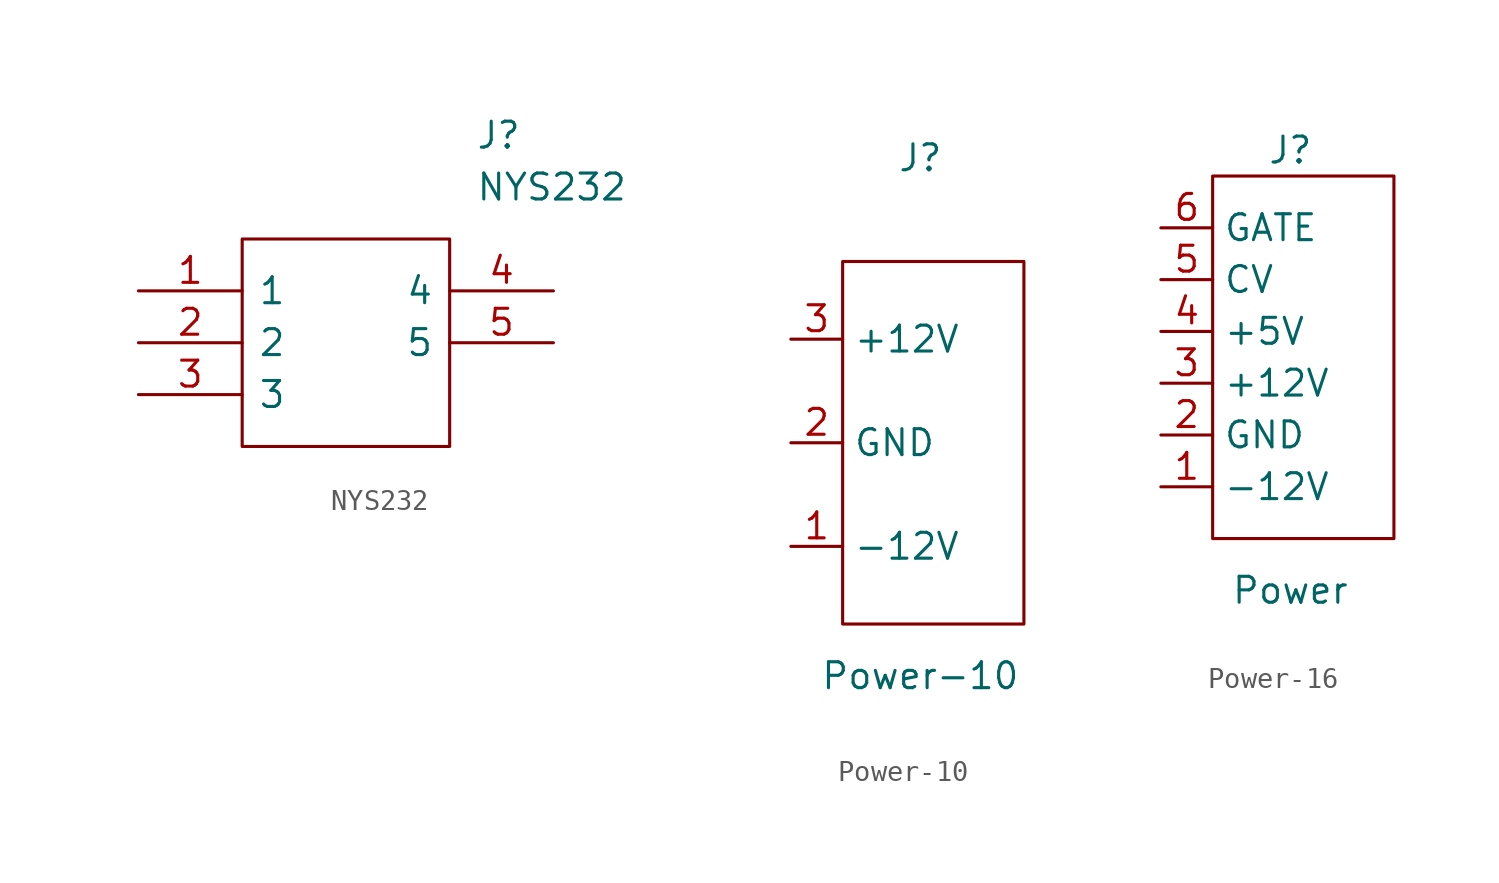
<source format=kicad_sym>
(kicad_symbol_lib
  (version 20220914)
  (generator kicad_symbol_editor)
  (symbol "NYS232"
    (pin_names
      (offset 0.762))
    (property "Reference" "J"
      (at 16.51 7.62 0)
      (effects (font (size 1.27 1.27)) (justify left)))
    (property "Value" "NYS232"
      (at 16.51 5.08 0)
      (effects (font (size 1.27 1.27)) (justify left)))
    (symbol "NYS232_0_0"
      (pin passive line (at 0 0 0) (length 5.08) (name "1" (effects (font (size 1.27 1.27)))) (number "1" (effects (font (size 1.27 1.27)))))
      (pin passive line (at 0 -2.54 0) (length 5.08) (name "2" (effects (font (size 1.27 1.27)))) (number "2" (effects (font (size 1.27 1.27)))))
      (pin passive line (at 0 -5.08 0) (length 5.08) (name "3" (effects (font (size 1.27 1.27)))) (number "3" (effects (font (size 1.27 1.27)))))
      (pin passive line (at 20.32 0 180) (length 5.08) (name "4" (effects (font (size 1.27 1.27)))) (number "4" (effects (font (size 1.27 1.27)))))
      (pin passive line (at 20.32 -2.54 180) (length 5.08) (name "5" (effects (font (size 1.27 1.27)))) (number "5" (effects (font (size 1.27 1.27))))))
    (symbol "NYS232_0_1"
      (polyline (pts (xy 5.08 2.54) (xy 15.24 2.54) (xy 15.24 -7.62) (xy 5.08 -7.62) (xy 5.08 2.54)) (stroke (width 0.152) (type default)) (fill (type none)))))
  (symbol "Power-10"
    (property "Reference" "J"
      (at 0 13.97 0)
      (effects (font (size 1.27 1.27))))
    (property "Value" "Power-10"
      (at 0 -11.43 0)
      (effects (font (size 1.27 1.27))))
    (symbol "Power-10_0_1"
      (rectangle (start -3.81 8.89) (end 5.08 -8.89) (stroke (width 0) (type default)) (fill (type none))))
    (symbol "Power-10_1_1"
      (pin power_out line (at -6.35 -5.08 0) (length 2.54) (name "-12V" (effects (font (size 1.27 1.27)))) (number "1" (effects (font (size 1.27 1.27)))))
      (pin power_out line (at -6.35 0 0) (length 2.54) (name "GND" (effects (font (size 1.27 1.27)))) (number "2" (effects (font (size 1.27 1.27)))))
      (pin power_out line (at -6.35 5.08 0) (length 2.54) (name "+12V" (effects (font (size 1.27 1.27)))) (number "3" (effects (font (size 1.27 1.27)))))))
  (symbol "Power-16"
    (property "Reference" "J"
      (at 0 10.16 0)
      (effects (font (size 1.27 1.27))))
    (property "Value" "Power"
      (at 0 -11.43 0)
      (effects (font (size 1.27 1.27))))
    (symbol "Power-16_0_1"
      (rectangle (start -3.81 8.89) (end 5.08 -8.89) (stroke (width 0) (type default)) (fill (type none))))
    (symbol "Power-16_1_1"
      (pin power_out line (at -6.35 -6.35 0) (length 2.54) (name "-12V" (effects (font (size 1.27 1.27)))) (number "1" (effects (font (size 1.27 1.27)))))
      (pin power_out line (at -6.35 -3.81 0) (length 2.54) (name "GND" (effects (font (size 1.27 1.27)))) (number "2" (effects (font (size 1.27 1.27)))))
      (pin power_out line (at -6.35 -1.27 0) (length 2.54) (name "+12V" (effects (font (size 1.27 1.27)))) (number "3" (effects (font (size 1.27 1.27)))))
      (pin power_out line (at -6.35 1.27 0) (length 2.54) (name "+5V" (effects (font (size 1.27 1.27)))) (number "4" (effects (font (size 1.27 1.27)))))
      (pin bidirectional line (at -6.35 3.81 0) (length 2.54) (name "CV" (effects (font (size 1.27 1.27)))) (number "5" (effects (font (size 1.27 1.27)))))
      (pin bidirectional line (at -6.35 6.35 0) (length 2.54) (name "GATE" (effects (font (size 1.27 1.27)))) (number "6" (effects (font (size 1.27 1.27))))))))
</source>
